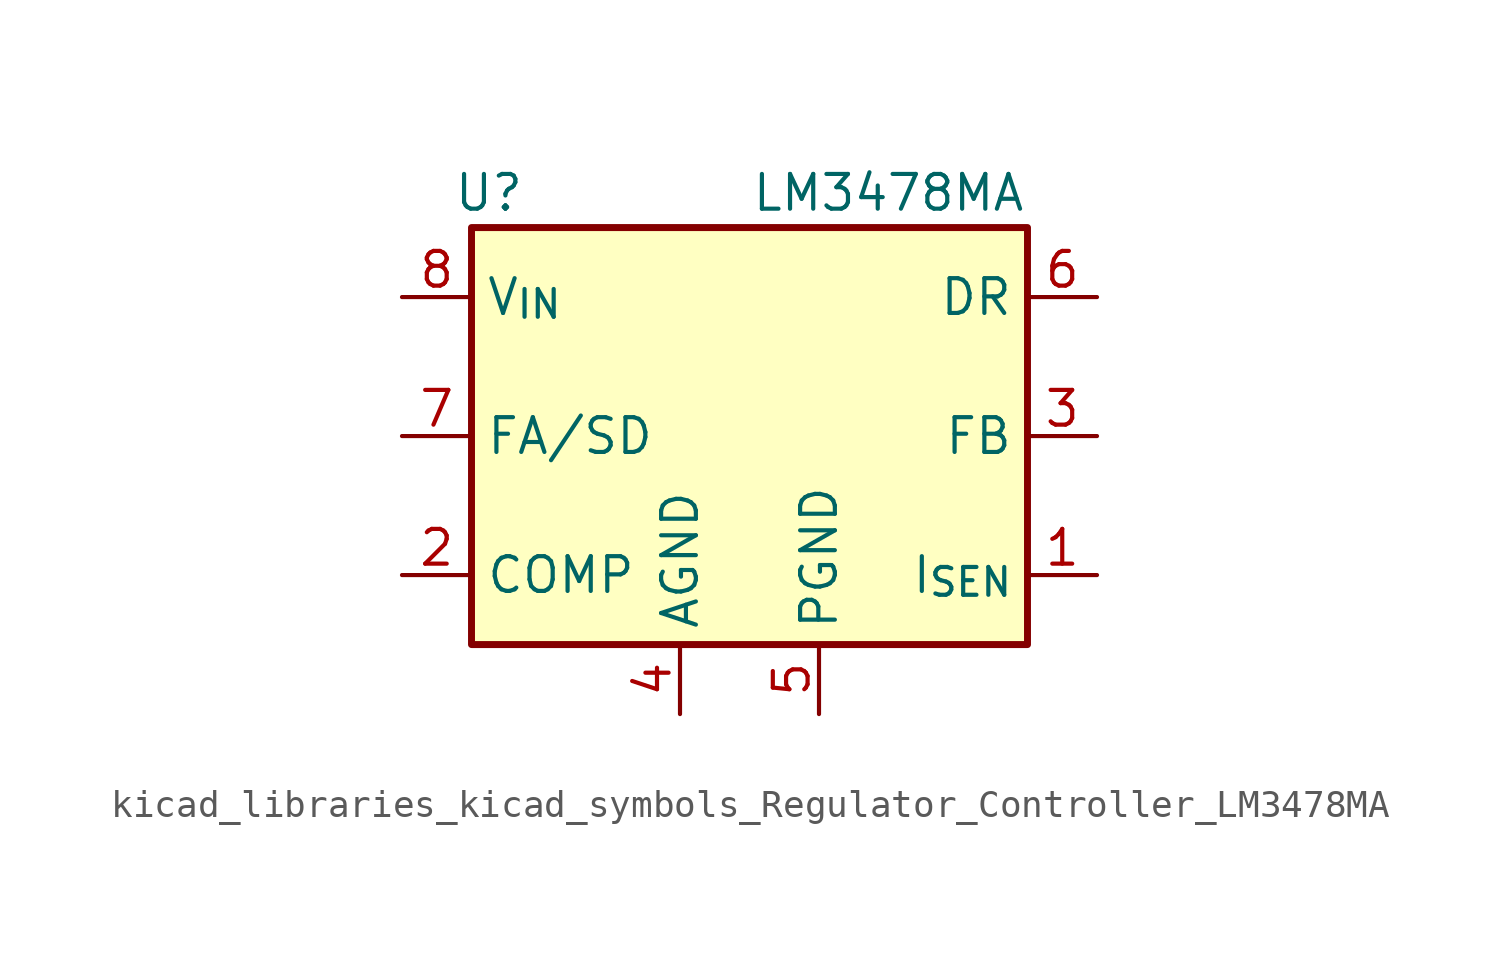
<source format=kicad_sym>
(kicad_symbol_lib
  (version 20220914)
  (generator kicad_symbol_editor)
  (symbol "kicad_libraries_kicad_symbols_Regulator_Controller_LM3478MA"
    (property "Reference" "U"
      (at -9.525 8.89 0)
      (effects (font (size 1.27 1.27))))
    (property "Value" "LM3478MA"
      (at 5.08 8.89 0)
      (effects (font (size 1.27 1.27))))
    (symbol "kicad_libraries_kicad_symbols_Regulator_Controller_LM3478MA_0_1"
      (rectangle (start -10.16 7.62) (end 10.16 -7.62) (stroke (width 0.254) (type default)) (fill (type background))))
    (symbol "kicad_libraries_kicad_symbols_Regulator_Controller_LM3478MA_1_1"
      (pin input line (at 12.7 -5.08 180) (length 2.54) (name "I_{SEN}" (effects (font (size 1.27 1.27)))) (number "1" (effects (font (size 1.27 1.27)))))
      (pin input line (at -12.7 -5.08 0) (length 2.54) (name "COMP" (effects (font (size 1.27 1.27)))) (number "2" (effects (font (size 1.27 1.27)))))
      (pin input line (at 12.7 0 180) (length 2.54) (name "FB" (effects (font (size 1.27 1.27)))) (number "3" (effects (font (size 1.27 1.27)))))
      (pin power_in line (at -2.54 -10.16 90) (length 2.54) (name "AGND" (effects (font (size 1.27 1.27)))) (number "4" (effects (font (size 1.27 1.27)))))
      (pin power_in line (at 2.54 -10.16 90) (length 2.54) (name "PGND" (effects (font (size 1.27 1.27)))) (number "5" (effects (font (size 1.27 1.27)))))
      (pin output line (at 12.7 5.08 180) (length 2.54) (name "DR" (effects (font (size 1.27 1.27)))) (number "6" (effects (font (size 1.27 1.27)))))
      (pin input line (at -12.7 0 0) (length 2.54) (name "FA/SD" (effects (font (size 1.27 1.27)))) (number "7" (effects (font (size 1.27 1.27)))))
      (pin power_in line (at -12.7 5.08 0) (length 2.54) (name "V_{IN}" (effects (font (size 1.27 1.27)))) (number "8" (effects (font (size 1.27 1.27))))))))
</source>
